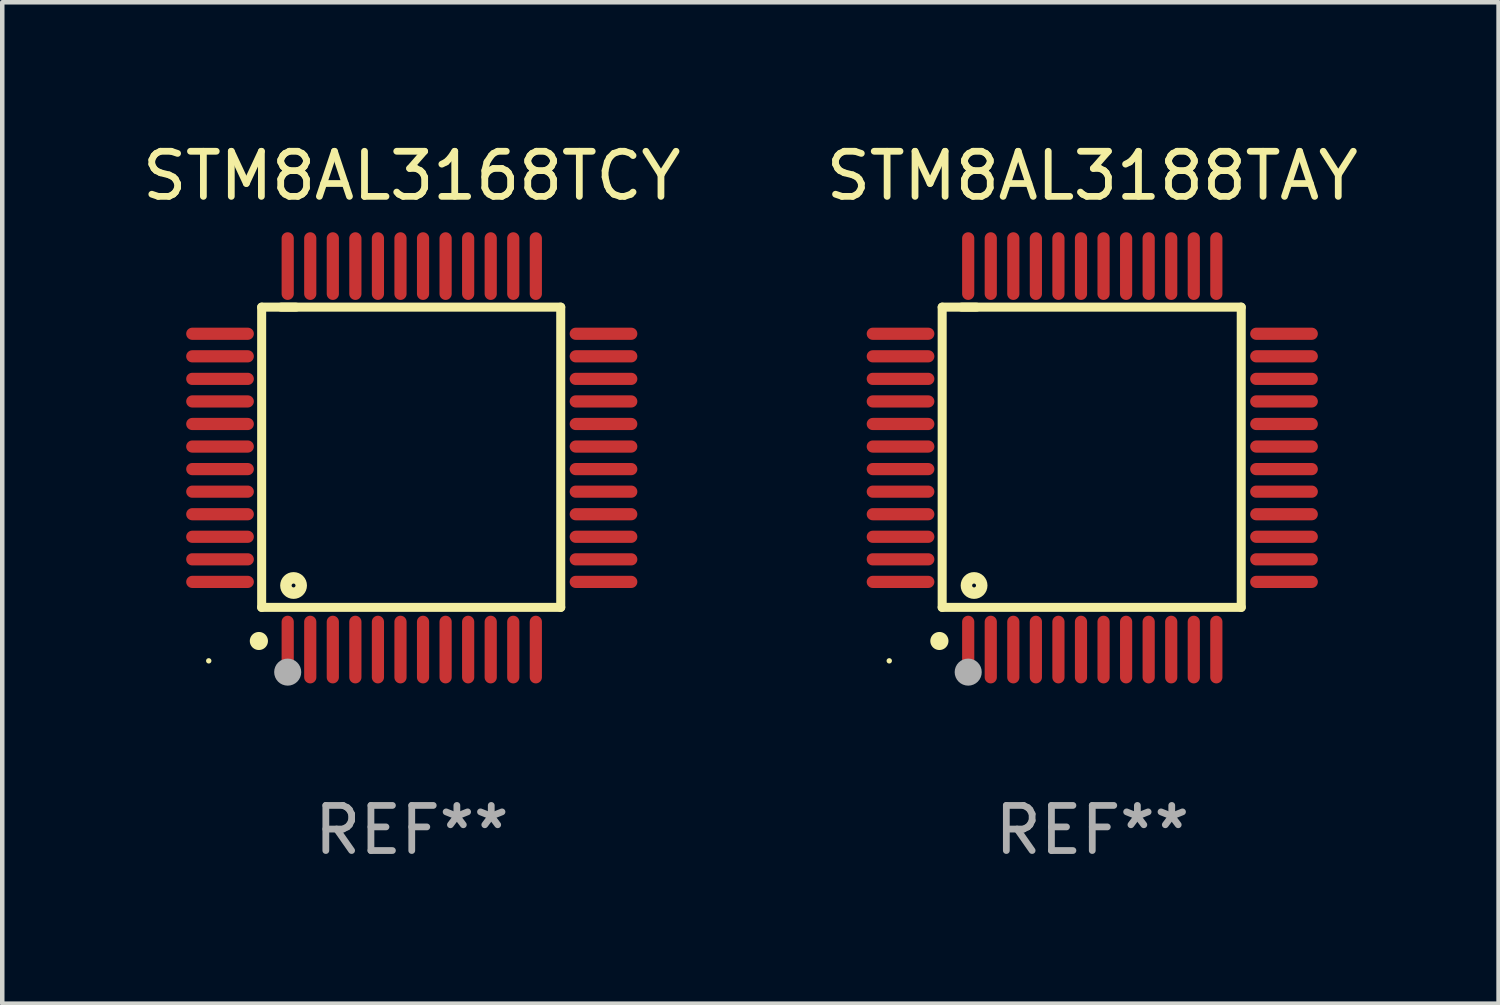
<source format=kicad_pcb>
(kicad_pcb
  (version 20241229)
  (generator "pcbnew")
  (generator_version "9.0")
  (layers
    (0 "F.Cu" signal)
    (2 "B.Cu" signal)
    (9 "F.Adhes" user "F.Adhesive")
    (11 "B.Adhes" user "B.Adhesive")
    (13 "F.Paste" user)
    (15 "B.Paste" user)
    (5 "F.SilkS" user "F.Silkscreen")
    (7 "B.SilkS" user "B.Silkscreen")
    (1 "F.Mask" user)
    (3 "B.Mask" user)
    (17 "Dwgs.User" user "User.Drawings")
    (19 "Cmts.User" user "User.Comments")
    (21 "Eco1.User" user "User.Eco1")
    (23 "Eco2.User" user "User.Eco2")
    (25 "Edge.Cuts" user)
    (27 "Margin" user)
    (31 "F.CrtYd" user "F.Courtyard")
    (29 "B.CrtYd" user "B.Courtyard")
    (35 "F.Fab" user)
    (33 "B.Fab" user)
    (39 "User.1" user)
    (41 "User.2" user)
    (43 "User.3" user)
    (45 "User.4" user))
  (footprint "STM8AL3168TCY"
    (layer "F.Cu")
    (at 6.077 7.098)
    (property "Reference" "STM8AL3168TCY" (at 0 -6.25 0) (layer "F.SilkS") (effects (font (size 1 1) (thickness 0.15))))
    (attr through_hole)
    (fp_line (start -3.327 -3.34) (end -2.565 -3.34) (stroke (width 0.2) (type solid)) (layer "F.SilkS"))
    (fp_line (start -3.327 3.315) (end -3.327 -3.34) (stroke (width 0.2) (type solid)) (layer "F.SilkS"))
    (fp_line (start -2.896 -3.34) (end 3.302 -3.34) (stroke (width 0.2) (type solid)) (layer "F.SilkS"))
    (fp_line (start 3.302 -3.34) (end 3.302 3.315) (stroke (width 0.2) (type solid)) (layer "F.SilkS"))
    (fp_line (start 3.302 3.315) (end -3.327 3.315) (stroke (width 0.2) (type solid)) (layer "F.SilkS"))
    (fp_arc (start -3.389992 4.059995) (mid -3.388722 4.059991) (end -3.387452 4.059995) (stroke (width 0.4) (type solid)) (layer "F.SilkS"))
    (fp_circle (center -4.5 4.5) (end -4.47 4.5) (stroke (width 0.06) (type solid)) (fill no) (layer "F.SilkS"))
    (fp_circle (center -2.62 2.83) (end -2.45 2.83) (stroke (width 0.254) (type solid)) (fill no) (layer "F.SilkS"))
    (fp_circle (center -2.75 4.75) (end -2.6 4.75) (stroke (width 0.3) (type solid)) (fill no) (layer "F.Fab"))
    (fp_text user "REF**" (at 0 8.25 0) (layer "F.Fab") (effects (font (size 1 1) (thickness 0.15))))
    (pad "1" smd oval (at -2.75 4.25) (size 0.27 1.5) (layers "F.Cu" "F.Mask" "F.Paste"))
    (pad "2" smd oval (at -2.25 4.25) (size 0.27 1.5) (layers "F.Cu" "F.Mask" "F.Paste"))
    (pad "3" smd oval (at -1.75 4.25) (size 0.27 1.5) (layers "F.Cu" "F.Mask" "F.Paste"))
    (pad "4" smd oval (at -1.25 4.25) (size 0.27 1.5) (layers "F.Cu" "F.Mask" "F.Paste"))
    (pad "5" smd oval (at -0.75 4.25) (size 0.27 1.5) (layers "F.Cu" "F.Mask" "F.Paste"))
    (pad "6" smd oval (at -0.25 4.25) (size 0.27 1.5) (layers "F.Cu" "F.Mask" "F.Paste"))
    (pad "7" smd oval (at 0.25 4.25) (size 0.27 1.5) (layers "F.Cu" "F.Mask" "F.Paste"))
    (pad "8" smd oval (at 0.75 4.25) (size 0.27 1.5) (layers "F.Cu" "F.Mask" "F.Paste"))
    (pad "9" smd oval (at 1.25 4.25) (size 0.27 1.5) (layers "F.Cu" "F.Mask" "F.Paste"))
    (pad "10" smd oval (at 1.75 4.25) (size 0.27 1.5) (layers "F.Cu" "F.Mask" "F.Paste"))
    (pad "11" smd oval (at 2.25 4.25) (size 0.27 1.5) (layers "F.Cu" "F.Mask" "F.Paste"))
    (pad "12" smd oval (at 2.75 4.25) (size 0.27 1.5) (layers "F.Cu" "F.Mask" "F.Paste"))
    (pad "13" smd oval (at 4.25 2.75) (size 1.5 0.27) (layers "F.Cu" "F.Mask" "F.Paste"))
    (pad "14" smd oval (at 4.25 2.25) (size 1.5 0.27) (layers "F.Cu" "F.Mask" "F.Paste"))
    (pad "15" smd oval (at 4.25 1.75) (size 1.5 0.27) (layers "F.Cu" "F.Mask" "F.Paste"))
    (pad "16" smd oval (at 4.25 1.25) (size 1.5 0.27) (layers "F.Cu" "F.Mask" "F.Paste"))
    (pad "17" smd oval (at 4.25 0.75) (size 1.5 0.27) (layers "F.Cu" "F.Mask" "F.Paste"))
    (pad "18" smd oval (at 4.25 0.25) (size 1.5 0.27) (layers "F.Cu" "F.Mask" "F.Paste"))
    (pad "19" smd oval (at 4.25 -0.25) (size 1.5 0.27) (layers "F.Cu" "F.Mask" "F.Paste"))
    (pad "20" smd oval (at 4.25 -0.75) (size 1.5 0.27) (layers "F.Cu" "F.Mask" "F.Paste"))
    (pad "21" smd oval (at 4.25 -1.25) (size 1.5 0.27) (layers "F.Cu" "F.Mask" "F.Paste"))
    (pad "22" smd oval (at 4.25 -1.75) (size 1.5 0.27) (layers "F.Cu" "F.Mask" "F.Paste"))
    (pad "23" smd oval (at 4.25 -2.25) (size 1.5 0.27) (layers "F.Cu" "F.Mask" "F.Paste"))
    (pad "24" smd oval (at 4.25 -2.75) (size 1.5 0.27) (layers "F.Cu" "F.Mask" "F.Paste"))
    (pad "25" smd oval (at 2.75 -4.25) (size 0.27 1.5) (layers "F.Cu" "F.Mask" "F.Paste"))
    (pad "26" smd oval (at 2.25 -4.25) (size 0.27 1.5) (layers "F.Cu" "F.Mask" "F.Paste"))
    (pad "27" smd oval (at 1.75 -4.25) (size 0.27 1.5) (layers "F.Cu" "F.Mask" "F.Paste"))
    (pad "28" smd oval (at 1.25 -4.25) (size 0.27 1.5) (layers "F.Cu" "F.Mask" "F.Paste"))
    (pad "29" smd oval (at 0.75 -4.25) (size 0.27 1.5) (layers "F.Cu" "F.Mask" "F.Paste"))
    (pad "30" smd oval (at 0.25 -4.25) (size 0.27 1.5) (layers "F.Cu" "F.Mask" "F.Paste"))
    (pad "31" smd oval (at -0.25 -4.25) (size 0.27 1.5) (layers "F.Cu" "F.Mask" "F.Paste"))
    (pad "32" smd oval (at -0.75 -4.25) (size 0.27 1.5) (layers "F.Cu" "F.Mask" "F.Paste"))
    (pad "33" smd oval (at -1.25 -4.25) (size 0.27 1.5) (layers "F.Cu" "F.Mask" "F.Paste"))
    (pad "34" smd oval (at -1.75 -4.25) (size 0.27 1.5) (layers "F.Cu" "F.Mask" "F.Paste"))
    (pad "35" smd oval (at -2.25 -4.25) (size 0.27 1.5) (layers "F.Cu" "F.Mask" "F.Paste"))
    (pad "36" smd oval (at -2.75 -4.25) (size 0.27 1.5) (layers "F.Cu" "F.Mask" "F.Paste"))
    (pad "37" smd oval (at -4.25 -2.75) (size 1.5 0.27) (layers "F.Cu" "F.Mask" "F.Paste"))
    (pad "38" smd oval (at -4.25 -2.25) (size 1.5 0.27) (layers "F.Cu" "F.Mask" "F.Paste"))
    (pad "39" smd oval (at -4.25 -1.75) (size 1.5 0.27) (layers "F.Cu" "F.Mask" "F.Paste"))
    (pad "40" smd oval (at -4.25 -1.25) (size 1.5 0.27) (layers "F.Cu" "F.Mask" "F.Paste"))
    (pad "41" smd oval (at -4.25 -0.75) (size 1.5 0.27) (layers "F.Cu" "F.Mask" "F.Paste"))
    (pad "42" smd oval (at -4.25 -0.25) (size 1.5 0.27) (layers "F.Cu" "F.Mask" "F.Paste"))
    (pad "43" smd oval (at -4.25 0.25) (size 1.5 0.27) (layers "F.Cu" "F.Mask" "F.Paste"))
    (pad "44" smd oval (at -4.25 0.75) (size 1.5 0.27) (layers "F.Cu" "F.Mask" "F.Paste"))
    (pad "45" smd oval (at -4.25 1.25) (size 1.5 0.27) (layers "F.Cu" "F.Mask" "F.Paste"))
    (pad "46" smd oval (at -4.25 1.75) (size 1.5 0.27) (layers "F.Cu" "F.Mask" "F.Paste"))
    (pad "47" smd oval (at -4.25 2.25) (size 1.5 0.27) (layers "F.Cu" "F.Mask" "F.Paste"))
    (pad "48" smd oval (at -4.25 2.75) (size 1.5 0.27) (layers "F.Cu" "F.Mask" "F.Paste")))
  (footprint "STM8AL3188TAY"
    (layer "F.Cu")
    (at 21.161 7.098)
    (property "Reference" "STM8AL3188TAY" (at 0 -6.25 0) (layer "F.SilkS") (effects (font (size 1 1) (thickness 0.15))))
    (attr through_hole)
    (fp_line (start -3.327 -3.34) (end -2.565 -3.34) (stroke (width 0.2) (type solid)) (layer "F.SilkS"))
    (fp_line (start -3.327 3.315) (end -3.327 -3.34) (stroke (width 0.2) (type solid)) (layer "F.SilkS"))
    (fp_line (start -2.896 -3.34) (end 3.302 -3.34) (stroke (width 0.2) (type solid)) (layer "F.SilkS"))
    (fp_line (start 3.302 -3.34) (end 3.302 3.315) (stroke (width 0.2) (type solid)) (layer "F.SilkS"))
    (fp_line (start 3.302 3.315) (end -3.327 3.315) (stroke (width 0.2) (type solid)) (layer "F.SilkS"))
    (fp_arc (start -3.389992 4.059995) (mid -3.388722 4.059991) (end -3.387452 4.059995) (stroke (width 0.4) (type solid)) (layer "F.SilkS"))
    (fp_circle (center -4.5 4.5) (end -4.47 4.5) (stroke (width 0.06) (type solid)) (fill no) (layer "F.SilkS"))
    (fp_circle (center -2.62 2.83) (end -2.45 2.83) (stroke (width 0.254) (type solid)) (fill no) (layer "F.SilkS"))
    (fp_circle (center -2.75 4.75) (end -2.6 4.75) (stroke (width 0.3) (type solid)) (fill no) (layer "F.Fab"))
    (fp_text user "REF**" (at 0 8.25 0) (layer "F.Fab") (effects (font (size 1 1) (thickness 0.15))))
    (pad "1" smd oval (at -2.75 4.25) (size 0.27 1.5) (layers "F.Cu" "F.Mask" "F.Paste"))
    (pad "2" smd oval (at -2.25 4.25) (size 0.27 1.5) (layers "F.Cu" "F.Mask" "F.Paste"))
    (pad "3" smd oval (at -1.75 4.25) (size 0.27 1.5) (layers "F.Cu" "F.Mask" "F.Paste"))
    (pad "4" smd oval (at -1.25 4.25) (size 0.27 1.5) (layers "F.Cu" "F.Mask" "F.Paste"))
    (pad "5" smd oval (at -0.75 4.25) (size 0.27 1.5) (layers "F.Cu" "F.Mask" "F.Paste"))
    (pad "6" smd oval (at -0.25 4.25) (size 0.27 1.5) (layers "F.Cu" "F.Mask" "F.Paste"))
    (pad "7" smd oval (at 0.25 4.25) (size 0.27 1.5) (layers "F.Cu" "F.Mask" "F.Paste"))
    (pad "8" smd oval (at 0.75 4.25) (size 0.27 1.5) (layers "F.Cu" "F.Mask" "F.Paste"))
    (pad "9" smd oval (at 1.25 4.25) (size 0.27 1.5) (layers "F.Cu" "F.Mask" "F.Paste"))
    (pad "10" smd oval (at 1.75 4.25) (size 0.27 1.5) (layers "F.Cu" "F.Mask" "F.Paste"))
    (pad "11" smd oval (at 2.25 4.25) (size 0.27 1.5) (layers "F.Cu" "F.Mask" "F.Paste"))
    (pad "12" smd oval (at 2.75 4.25) (size 0.27 1.5) (layers "F.Cu" "F.Mask" "F.Paste"))
    (pad "13" smd oval (at 4.25 2.75) (size 1.5 0.27) (layers "F.Cu" "F.Mask" "F.Paste"))
    (pad "14" smd oval (at 4.25 2.25) (size 1.5 0.27) (layers "F.Cu" "F.Mask" "F.Paste"))
    (pad "15" smd oval (at 4.25 1.75) (size 1.5 0.27) (layers "F.Cu" "F.Mask" "F.Paste"))
    (pad "16" smd oval (at 4.25 1.25) (size 1.5 0.27) (layers "F.Cu" "F.Mask" "F.Paste"))
    (pad "17" smd oval (at 4.25 0.75) (size 1.5 0.27) (layers "F.Cu" "F.Mask" "F.Paste"))
    (pad "18" smd oval (at 4.25 0.25) (size 1.5 0.27) (layers "F.Cu" "F.Mask" "F.Paste"))
    (pad "19" smd oval (at 4.25 -0.25) (size 1.5 0.27) (layers "F.Cu" "F.Mask" "F.Paste"))
    (pad "20" smd oval (at 4.25 -0.75) (size 1.5 0.27) (layers "F.Cu" "F.Mask" "F.Paste"))
    (pad "21" smd oval (at 4.25 -1.25) (size 1.5 0.27) (layers "F.Cu" "F.Mask" "F.Paste"))
    (pad "22" smd oval (at 4.25 -1.75) (size 1.5 0.27) (layers "F.Cu" "F.Mask" "F.Paste"))
    (pad "23" smd oval (at 4.25 -2.25) (size 1.5 0.27) (layers "F.Cu" "F.Mask" "F.Paste"))
    (pad "24" smd oval (at 4.25 -2.75) (size 1.5 0.27) (layers "F.Cu" "F.Mask" "F.Paste"))
    (pad "25" smd oval (at 2.75 -4.25) (size 0.27 1.5) (layers "F.Cu" "F.Mask" "F.Paste"))
    (pad "26" smd oval (at 2.25 -4.25) (size 0.27 1.5) (layers "F.Cu" "F.Mask" "F.Paste"))
    (pad "27" smd oval (at 1.75 -4.25) (size 0.27 1.5) (layers "F.Cu" "F.Mask" "F.Paste"))
    (pad "28" smd oval (at 1.25 -4.25) (size 0.27 1.5) (layers "F.Cu" "F.Mask" "F.Paste"))
    (pad "29" smd oval (at 0.75 -4.25) (size 0.27 1.5) (layers "F.Cu" "F.Mask" "F.Paste"))
    (pad "30" smd oval (at 0.25 -4.25) (size 0.27 1.5) (layers "F.Cu" "F.Mask" "F.Paste"))
    (pad "31" smd oval (at -0.25 -4.25) (size 0.27 1.5) (layers "F.Cu" "F.Mask" "F.Paste"))
    (pad "32" smd oval (at -0.75 -4.25) (size 0.27 1.5) (layers "F.Cu" "F.Mask" "F.Paste"))
    (pad "33" smd oval (at -1.25 -4.25) (size 0.27 1.5) (layers "F.Cu" "F.Mask" "F.Paste"))
    (pad "34" smd oval (at -1.75 -4.25) (size 0.27 1.5) (layers "F.Cu" "F.Mask" "F.Paste"))
    (pad "35" smd oval (at -2.25 -4.25) (size 0.27 1.5) (layers "F.Cu" "F.Mask" "F.Paste"))
    (pad "36" smd oval (at -2.75 -4.25) (size 0.27 1.5) (layers "F.Cu" "F.Mask" "F.Paste"))
    (pad "37" smd oval (at -4.25 -2.75) (size 1.5 0.27) (layers "F.Cu" "F.Mask" "F.Paste"))
    (pad "38" smd oval (at -4.25 -2.25) (size 1.5 0.27) (layers "F.Cu" "F.Mask" "F.Paste"))
    (pad "39" smd oval (at -4.25 -1.75) (size 1.5 0.27) (layers "F.Cu" "F.Mask" "F.Paste"))
    (pad "40" smd oval (at -4.25 -1.25) (size 1.5 0.27) (layers "F.Cu" "F.Mask" "F.Paste"))
    (pad "41" smd oval (at -4.25 -0.75) (size 1.5 0.27) (layers "F.Cu" "F.Mask" "F.Paste"))
    (pad "42" smd oval (at -4.25 -0.25) (size 1.5 0.27) (layers "F.Cu" "F.Mask" "F.Paste"))
    (pad "43" smd oval (at -4.25 0.25) (size 1.5 0.27) (layers "F.Cu" "F.Mask" "F.Paste"))
    (pad "44" smd oval (at -4.25 0.75) (size 1.5 0.27) (layers "F.Cu" "F.Mask" "F.Paste"))
    (pad "45" smd oval (at -4.25 1.25) (size 1.5 0.27) (layers "F.Cu" "F.Mask" "F.Paste"))
    (pad "46" smd oval (at -4.25 1.75) (size 1.5 0.27) (layers "F.Cu" "F.Mask" "F.Paste"))
    (pad "47" smd oval (at -4.25 2.25) (size 1.5 0.27) (layers "F.Cu" "F.Mask" "F.Paste"))
    (pad "48" smd oval (at -4.25 2.75) (size 1.5 0.27) (layers "F.Cu" "F.Mask" "F.Paste")))
  (gr_rect
    (start -3 -3)
    (end 30.167 19.196)
    (stroke (width 0.1) (type default))
    (fill no)
    (layer "Edge.Cuts")))
</source>
